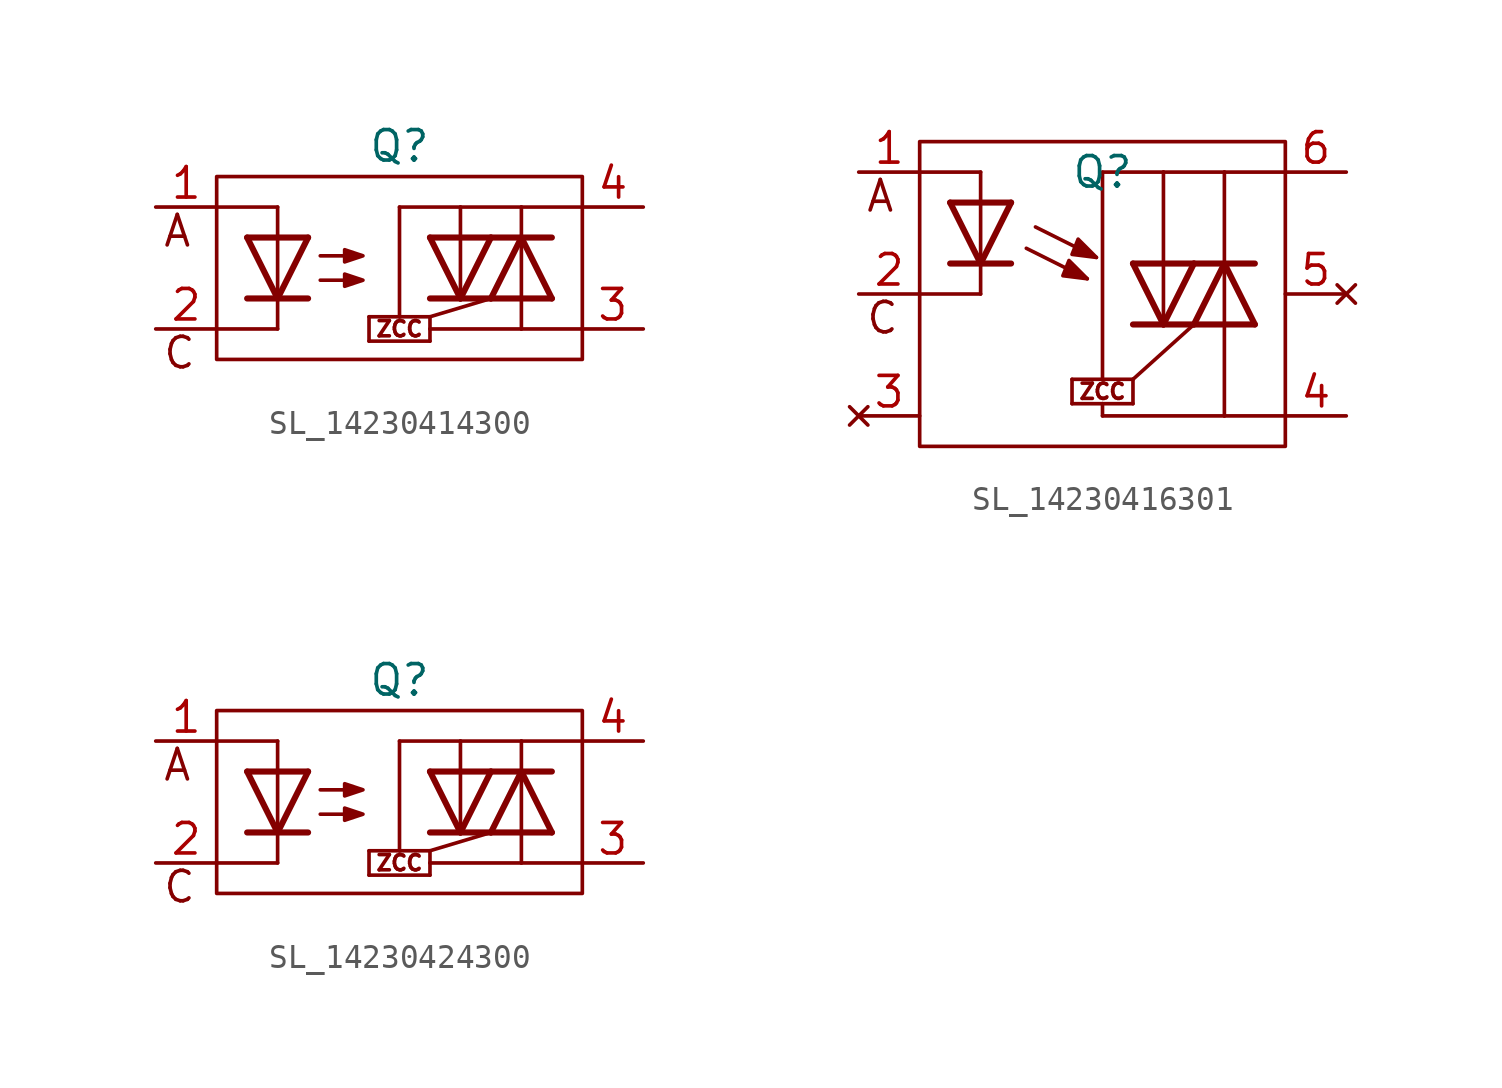
<source format=kicad_sym>
(kicad_symbol_lib
  (version 20220914)
  (generator kicad_symbol_editor)
  (symbol "SL_14230414300"
    (pin_names hide)
    (property "Reference" "Q"
      (at 0 5.08 0)
      (effects (font (size 1.27 1.27))))
    (symbol "SL_14230414300_0_0"
      (polyline (pts (xy -5.08 -2.54) (xy -7.62 -2.54)) (stroke (width 0.152) (type default)) (fill (type none)))
      (polyline (pts (xy -5.08 -1.27) (xy -6.35 -1.27)) (stroke (width 0.254) (type default)) (fill (type none)))
      (polyline (pts (xy -5.08 -1.27) (xy -6.35 1.27)) (stroke (width 0.254) (type default)) (fill (type none)))
      (polyline (pts (xy -5.08 -1.27) (xy -5.08 -2.54)) (stroke (width 0.152) (type default)) (fill (type none)))
      (polyline (pts (xy -5.08 1.27) (xy -6.35 1.27)) (stroke (width 0.254) (type default)) (fill (type none)))
      (polyline (pts (xy -5.08 1.27) (xy -5.08 -1.27)) (stroke (width 0.152) (type default)) (fill (type none)))
      (polyline (pts (xy -5.08 1.27) (xy -5.08 2.54)) (stroke (width 0.152) (type default)) (fill (type none)))
      (polyline (pts (xy -3.81 -1.27) (xy -5.08 -1.27)) (stroke (width 0.254) (type default)) (fill (type none)))
      (polyline (pts (xy -3.81 1.27) (xy -5.08 -1.27)) (stroke (width 0.254) (type default)) (fill (type none)))
      (polyline (pts (xy -3.81 1.27) (xy -5.08 1.27)) (stroke (width 0.254) (type default)) (fill (type none)))
      (polyline (pts (xy -3.302 -0.508) (xy -2.032 -0.508)) (stroke (width 0.152) (type default)) (fill (type none)))
      (polyline (pts (xy -3.302 0.508) (xy -2.032 0.508)) (stroke (width 0.152) (type default)) (fill (type none)))
      (polyline (pts (xy -1.27 -3.048) (xy -1.27 -2.032)) (stroke (width 0.152) (type default)) (fill (type none)))
      (polyline (pts (xy -1.27 -2.032) (xy 0 -2.032)) (stroke (width 0.152) (type default)) (fill (type none)))
      (polyline (pts (xy 0 -2.032) (xy 1.27 -2.032)) (stroke (width 0.152) (type default)) (fill (type none)))
      (polyline (pts (xy 0 2.54) (xy 0 -2.032)) (stroke (width 0.152) (type default)) (fill (type none)))
      (polyline (pts (xy 1.27 -3.048) (xy -1.27 -3.048)) (stroke (width 0.152) (type default)) (fill (type none)))
      (polyline (pts (xy 1.27 -2.54) (xy 1.27 -3.048)) (stroke (width 0.152) (type default)) (fill (type none)))
      (polyline (pts (xy 1.27 -2.54) (xy 5.08 -2.54)) (stroke (width 0.152) (type default)) (fill (type none)))
      (polyline (pts (xy 1.27 -2.032) (xy 1.27 -2.54)) (stroke (width 0.152) (type default)) (fill (type none)))
      (polyline (pts (xy 2.54 -1.27) (xy 1.27 -1.27)) (stroke (width 0.254) (type default)) (fill (type none)))
      (polyline (pts (xy 2.54 -1.27) (xy 1.27 1.27)) (stroke (width 0.254) (type default)) (fill (type none)))
      (polyline (pts (xy 2.54 1.27) (xy 1.27 1.27)) (stroke (width 0.254) (type default)) (fill (type none)))
      (polyline (pts (xy 2.54 1.27) (xy 2.54 -1.27)) (stroke (width 0.152) (type default)) (fill (type none)))
      (polyline (pts (xy 2.54 1.27) (xy 2.54 2.54)) (stroke (width 0.152) (type default)) (fill (type none)))
      (polyline (pts (xy 2.54 2.54) (xy 0 2.54)) (stroke (width 0.152) (type default)) (fill (type none)))
      (polyline (pts (xy 3.81 -1.27) (xy 1.27 -2.032)) (stroke (width 0.152) (type default)) (fill (type none)))
      (polyline (pts (xy 3.81 -1.27) (xy 2.54 -1.27)) (stroke (width 0.254) (type default)) (fill (type none)))
      (polyline (pts (xy 3.81 -1.27) (xy 5.08 -1.27)) (stroke (width 0.254) (type default)) (fill (type none)))
      (polyline (pts (xy 3.81 -1.27) (xy 5.08 1.27)) (stroke (width 0.254) (type default)) (fill (type none)))
      (polyline (pts (xy 3.81 1.27) (xy 2.54 -1.27)) (stroke (width 0.254) (type default)) (fill (type none)))
      (polyline (pts (xy 3.81 1.27) (xy 2.54 1.27)) (stroke (width 0.254) (type default)) (fill (type none)))
      (polyline (pts (xy 3.81 1.27) (xy 5.08 1.27)) (stroke (width 0.254) (type default)) (fill (type none)))
      (polyline (pts (xy 5.08 -1.27) (xy 5.08 -2.54)) (stroke (width 0.152) (type default)) (fill (type none)))
      (polyline (pts (xy 5.08 -1.27) (xy 5.08 1.27)) (stroke (width 0.152) (type default)) (fill (type none)))
      (polyline (pts (xy 5.08 -1.27) (xy 6.35 -1.27)) (stroke (width 0.254) (type default)) (fill (type none)))
      (polyline (pts (xy 5.08 1.27) (xy 5.08 2.54)) (stroke (width 0.152) (type default)) (fill (type none)))
      (polyline (pts (xy 5.08 1.27) (xy 6.35 -1.27)) (stroke (width 0.254) (type default)) (fill (type none)))
      (polyline (pts (xy 5.08 1.27) (xy 6.35 1.27)) (stroke (width 0.254) (type default)) (fill (type none)))
      (polyline (pts (xy 5.08 2.54) (xy 2.54 2.54)) (stroke (width 0.152) (type default)) (fill (type none)))
      (polyline (pts (xy 7.62 -2.54) (xy 5.08 -2.54)) (stroke (width 0.152) (type default)) (fill (type none)))
      (polyline (pts (xy 7.62 2.54) (xy 5.08 2.54)) (stroke (width 0.152) (type default)) (fill (type none)))
      (polyline (pts (xy -2.286 -0.254) (xy -1.524 -0.508) (xy -2.286 -0.762) (xy -2.286 -0.254)) (stroke (width 0.152) (type default)) (fill (type outline)))
      (polyline (pts (xy -2.286 0.762) (xy -1.524 0.508) (xy -2.286 0.254) (xy -2.286 0.762)) (stroke (width 0.152) (type default)) (fill (type outline)))
      (text "A" (at -9.906 2.286 0) (effects (font (size 1.27 1.27)) (justify left top)))
      (text "C" (at -9.906 -2.794 0) (effects (font (size 1.27 1.27)) (justify left top))))
    (symbol "SL_14230414300_0_1"
      (rectangle (start -7.62 3.81) (end 7.62 -3.81) (stroke (width 0) (type default)) (fill (type none))))
    (symbol "SL_14230414300_1_0"
      (polyline (pts (xy -5.08 2.54) (xy -7.62 2.54)) (stroke (width 0.152) (type default)) (fill (type none)))
      (text "ZCC" (at 0 -2.54 0) (effects (font (size 0.635 0.635))))
      (pin passive line (at -10.16 2.54 0) (length 2.54) (name "Anode" (effects (font (size 1.27 1.27)))) (number "1" (effects (font (size 1.27 1.27)))))
      (pin passive line (at -10.16 -2.54 0) (length 2.54) (name "Cathode" (effects (font (size 1.27 1.27)))) (number "2" (effects (font (size 1.27 1.27)))))
      (pin passive line (at 10.16 -2.54 180) (length 2.54) (name "Teminal" (effects (font (size 1.27 1.27)))) (number "3" (effects (font (size 1.27 1.27)))))
      (pin passive line (at 10.16 2.54 180) (length 2.54) (name "Teminal" (effects (font (size 1.27 1.27)))) (number "4" (effects (font (size 1.27 1.27)))))))
  (symbol "SL_14230416301"
    (pin_names hide)
    (property "Reference" "Q"
      (at 0 5.08 0)
      (effects (font (size 1.27 1.27))))
    (symbol "SL_14230416301_0_0"
      (rectangle (start -7.62 6.35) (end 7.62 -6.35) (stroke (width 0) (type default)) (fill (type none)))
      (polyline (pts (xy -5.08 0) (xy -7.62 0)) (stroke (width 0.152) (type default)) (fill (type none)))
      (polyline (pts (xy -5.08 1.27) (xy -6.35 1.27)) (stroke (width 0.254) (type default)) (fill (type none)))
      (polyline (pts (xy -5.08 1.27) (xy -6.35 3.81)) (stroke (width 0.254) (type default)) (fill (type none)))
      (polyline (pts (xy -5.08 1.27) (xy -5.08 0)) (stroke (width 0.152) (type default)) (fill (type none)))
      (polyline (pts (xy -5.08 3.81) (xy -6.35 3.81)) (stroke (width 0.254) (type default)) (fill (type none)))
      (polyline (pts (xy -5.08 3.81) (xy -5.08 1.27)) (stroke (width 0.152) (type default)) (fill (type none)))
      (polyline (pts (xy -5.08 3.81) (xy -5.08 5.08)) (stroke (width 0.152) (type default)) (fill (type none)))
      (polyline (pts (xy -5.08 5.08) (xy -7.62 5.08)) (stroke (width 0.152) (type default)) (fill (type none)))
      (polyline (pts (xy -3.81 1.27) (xy -5.08 1.27)) (stroke (width 0.254) (type default)) (fill (type none)))
      (polyline (pts (xy -3.81 3.81) (xy -5.08 1.27)) (stroke (width 0.254) (type default)) (fill (type none)))
      (polyline (pts (xy -3.81 3.81) (xy -5.08 3.81)) (stroke (width 0.254) (type default)) (fill (type none)))
      (polyline (pts (xy -3.175 1.905) (xy -0.635 0.635)) (stroke (width 0.152) (type default)) (fill (type none)))
      (polyline (pts (xy -2.794 2.794) (xy -0.254 1.524)) (stroke (width 0.152) (type default)) (fill (type none)))
      (polyline (pts (xy -1.27 -4.572) (xy -1.27 -3.556)) (stroke (width 0.152) (type default)) (fill (type none)))
      (polyline (pts (xy -1.27 -3.556) (xy 0 -3.556)) (stroke (width 0.152) (type default)) (fill (type none)))
      (polyline (pts (xy 0 -5.08) (xy 5.08 -5.08)) (stroke (width 0.152) (type default)) (fill (type none)))
      (polyline (pts (xy 0 -4.572) (xy -1.27 -4.572)) (stroke (width 0.152) (type default)) (fill (type none)))
      (polyline (pts (xy 0 -4.572) (xy 0 -5.08)) (stroke (width 0.152) (type default)) (fill (type none)))
      (polyline (pts (xy 0 -3.556) (xy 1.27 -3.556)) (stroke (width 0.152) (type default)) (fill (type none)))
      (polyline (pts (xy 0 5.08) (xy 0 -3.556)) (stroke (width 0.152) (type default)) (fill (type none)))
      (polyline (pts (xy 1.27 -4.572) (xy 0 -4.572)) (stroke (width 0.152) (type default)) (fill (type none)))
      (polyline (pts (xy 1.27 -3.556) (xy 1.27 -4.572)) (stroke (width 0.152) (type default)) (fill (type none)))
      (polyline (pts (xy 1.27 -3.556) (xy 3.81 -1.27)) (stroke (width 0.152) (type default)) (fill (type none)))
      (polyline (pts (xy 2.54 -1.27) (xy 1.27 -1.27)) (stroke (width 0.254) (type default)) (fill (type none)))
      (polyline (pts (xy 2.54 -1.27) (xy 1.27 1.27)) (stroke (width 0.254) (type default)) (fill (type none)))
      (polyline (pts (xy 2.54 1.27) (xy 1.27 1.27)) (stroke (width 0.254) (type default)) (fill (type none)))
      (polyline (pts (xy 2.54 1.27) (xy 2.54 -1.27)) (stroke (width 0.152) (type default)) (fill (type none)))
      (polyline (pts (xy 2.54 1.27) (xy 2.54 5.08)) (stroke (width 0.152) (type default)) (fill (type none)))
      (polyline (pts (xy 2.54 5.08) (xy 0 5.08)) (stroke (width 0.152) (type default)) (fill (type none)))
      (polyline (pts (xy 3.81 -1.27) (xy 2.54 -1.27)) (stroke (width 0.254) (type default)) (fill (type none)))
      (polyline (pts (xy 3.81 -1.27) (xy 5.08 -1.27)) (stroke (width 0.254) (type default)) (fill (type none)))
      (polyline (pts (xy 3.81 -1.27) (xy 5.08 1.27)) (stroke (width 0.254) (type default)) (fill (type none)))
      (polyline (pts (xy 3.81 1.27) (xy 2.54 -1.27)) (stroke (width 0.254) (type default)) (fill (type none)))
      (polyline (pts (xy 3.81 1.27) (xy 2.54 1.27)) (stroke (width 0.254) (type default)) (fill (type none)))
      (polyline (pts (xy 3.81 1.27) (xy 5.08 1.27)) (stroke (width 0.254) (type default)) (fill (type none)))
      (polyline (pts (xy 5.08 -1.27) (xy 5.08 -5.08)) (stroke (width 0.152) (type default)) (fill (type none)))
      (polyline (pts (xy 5.08 -1.27) (xy 5.08 1.27)) (stroke (width 0.152) (type default)) (fill (type none)))
      (polyline (pts (xy 5.08 -1.27) (xy 6.35 -1.27)) (stroke (width 0.254) (type default)) (fill (type none)))
      (polyline (pts (xy 5.08 1.27) (xy 5.08 5.08)) (stroke (width 0.152) (type default)) (fill (type none)))
      (polyline (pts (xy 5.08 1.27) (xy 6.35 -1.27)) (stroke (width 0.254) (type default)) (fill (type none)))
      (polyline (pts (xy 5.08 1.27) (xy 6.35 1.27)) (stroke (width 0.254) (type default)) (fill (type none)))
      (polyline (pts (xy 5.08 5.08) (xy 2.54 5.08)) (stroke (width 0.152) (type default)) (fill (type none)))
      (polyline (pts (xy 7.62 -5.08) (xy 5.08 -5.08)) (stroke (width 0.152) (type default)) (fill (type none)))
      (polyline (pts (xy 7.62 5.08) (xy 5.08 5.08)) (stroke (width 0.152) (type default)) (fill (type none)))
      (polyline (pts (xy -1.397 1.397) (xy -0.635 0.635) (xy -1.651 0.762) (xy -1.397 1.397)) (stroke (width 0.152) (type default)) (fill (type outline)))
      (polyline (pts (xy -1.016 2.286) (xy -0.254 1.524) (xy -1.27 1.651) (xy -1.016 2.286)) (stroke (width 0.152) (type default)) (fill (type outline)))
      (text "A" (at -9.906 4.826 0) (effects (font (size 1.27 1.27)) (justify left top)))
      (text "C" (at -9.906 -0.254 0) (effects (font (size 1.27 1.27)) (justify left top))))
    (symbol "SL_14230416301_1_0"
      (text "ZCC" (at 0 -4.064 0) (effects (font (size 0.635 0.635))))
      (pin passive line (at -10.16 5.08 0) (length 2.54) (name "Anode" (effects (font (size 1.27 1.27)))) (number "1" (effects (font (size 1.27 1.27)))))
      (pin passive line (at -10.16 0 0) (length 2.54) (name "Cathode" (effects (font (size 1.27 1.27)))) (number "2" (effects (font (size 1.27 1.27)))))
      (pin no_connect line (at -10.16 -5.08 0) (length 2.54) (name "NC" (effects (font (size 1.27 1.27)))) (number "3" (effects (font (size 1.27 1.27)))))
      (pin passive line (at 10.16 -5.08 180) (length 2.54) (name "Teminal" (effects (font (size 1.27 1.27)))) (number "4" (effects (font (size 1.27 1.27)))))
      (pin no_connect line (at 10.16 0 180) (length 2.54) (name "NC" (effects (font (size 1.27 1.27)))) (number "5" (effects (font (size 1.27 1.27)))))
      (pin passive line (at 10.16 5.08 180) (length 2.54) (name "Teminal" (effects (font (size 1.27 1.27)))) (number "6" (effects (font (size 1.27 1.27)))))))
  (symbol "SL_14230424300"
    (pin_names hide)
    (property "Reference" "Q"
      (at 0 5.08 0)
      (effects (font (size 1.27 1.27))))
    (symbol "SL_14230424300_0_0"
      (polyline (pts (xy -5.08 -2.54) (xy -7.62 -2.54)) (stroke (width 0.152) (type default)) (fill (type none)))
      (polyline (pts (xy -5.08 -1.27) (xy -6.35 -1.27)) (stroke (width 0.254) (type default)) (fill (type none)))
      (polyline (pts (xy -5.08 -1.27) (xy -6.35 1.27)) (stroke (width 0.254) (type default)) (fill (type none)))
      (polyline (pts (xy -5.08 -1.27) (xy -5.08 -2.54)) (stroke (width 0.152) (type default)) (fill (type none)))
      (polyline (pts (xy -5.08 1.27) (xy -6.35 1.27)) (stroke (width 0.254) (type default)) (fill (type none)))
      (polyline (pts (xy -5.08 1.27) (xy -5.08 -1.27)) (stroke (width 0.152) (type default)) (fill (type none)))
      (polyline (pts (xy -5.08 1.27) (xy -5.08 2.54)) (stroke (width 0.152) (type default)) (fill (type none)))
      (polyline (pts (xy -3.81 -1.27) (xy -5.08 -1.27)) (stroke (width 0.254) (type default)) (fill (type none)))
      (polyline (pts (xy -3.81 1.27) (xy -5.08 -1.27)) (stroke (width 0.254) (type default)) (fill (type none)))
      (polyline (pts (xy -3.81 1.27) (xy -5.08 1.27)) (stroke (width 0.254) (type default)) (fill (type none)))
      (polyline (pts (xy -3.302 -0.508) (xy -2.032 -0.508)) (stroke (width 0.152) (type default)) (fill (type none)))
      (polyline (pts (xy -3.302 0.508) (xy -2.032 0.508)) (stroke (width 0.152) (type default)) (fill (type none)))
      (polyline (pts (xy -1.27 -3.048) (xy -1.27 -2.032)) (stroke (width 0.152) (type default)) (fill (type none)))
      (polyline (pts (xy -1.27 -2.032) (xy 0 -2.032)) (stroke (width 0.152) (type default)) (fill (type none)))
      (polyline (pts (xy 0 -2.032) (xy 1.27 -2.032)) (stroke (width 0.152) (type default)) (fill (type none)))
      (polyline (pts (xy 0 2.54) (xy 0 -2.032)) (stroke (width 0.152) (type default)) (fill (type none)))
      (polyline (pts (xy 1.27 -3.048) (xy -1.27 -3.048)) (stroke (width 0.152) (type default)) (fill (type none)))
      (polyline (pts (xy 1.27 -2.54) (xy 1.27 -3.048)) (stroke (width 0.152) (type default)) (fill (type none)))
      (polyline (pts (xy 1.27 -2.54) (xy 5.08 -2.54)) (stroke (width 0.152) (type default)) (fill (type none)))
      (polyline (pts (xy 1.27 -2.032) (xy 1.27 -2.54)) (stroke (width 0.152) (type default)) (fill (type none)))
      (polyline (pts (xy 2.54 -1.27) (xy 1.27 -1.27)) (stroke (width 0.254) (type default)) (fill (type none)))
      (polyline (pts (xy 2.54 -1.27) (xy 1.27 1.27)) (stroke (width 0.254) (type default)) (fill (type none)))
      (polyline (pts (xy 2.54 1.27) (xy 1.27 1.27)) (stroke (width 0.254) (type default)) (fill (type none)))
      (polyline (pts (xy 2.54 1.27) (xy 2.54 -1.27)) (stroke (width 0.152) (type default)) (fill (type none)))
      (polyline (pts (xy 2.54 1.27) (xy 2.54 2.54)) (stroke (width 0.152) (type default)) (fill (type none)))
      (polyline (pts (xy 2.54 2.54) (xy 0 2.54)) (stroke (width 0.152) (type default)) (fill (type none)))
      (polyline (pts (xy 3.81 -1.27) (xy 1.27 -2.032)) (stroke (width 0.152) (type default)) (fill (type none)))
      (polyline (pts (xy 3.81 -1.27) (xy 2.54 -1.27)) (stroke (width 0.254) (type default)) (fill (type none)))
      (polyline (pts (xy 3.81 -1.27) (xy 5.08 -1.27)) (stroke (width 0.254) (type default)) (fill (type none)))
      (polyline (pts (xy 3.81 -1.27) (xy 5.08 1.27)) (stroke (width 0.254) (type default)) (fill (type none)))
      (polyline (pts (xy 3.81 1.27) (xy 2.54 -1.27)) (stroke (width 0.254) (type default)) (fill (type none)))
      (polyline (pts (xy 3.81 1.27) (xy 2.54 1.27)) (stroke (width 0.254) (type default)) (fill (type none)))
      (polyline (pts (xy 3.81 1.27) (xy 5.08 1.27)) (stroke (width 0.254) (type default)) (fill (type none)))
      (polyline (pts (xy 5.08 -1.27) (xy 5.08 -2.54)) (stroke (width 0.152) (type default)) (fill (type none)))
      (polyline (pts (xy 5.08 -1.27) (xy 5.08 1.27)) (stroke (width 0.152) (type default)) (fill (type none)))
      (polyline (pts (xy 5.08 -1.27) (xy 6.35 -1.27)) (stroke (width 0.254) (type default)) (fill (type none)))
      (polyline (pts (xy 5.08 1.27) (xy 5.08 2.54)) (stroke (width 0.152) (type default)) (fill (type none)))
      (polyline (pts (xy 5.08 1.27) (xy 6.35 -1.27)) (stroke (width 0.254) (type default)) (fill (type none)))
      (polyline (pts (xy 5.08 1.27) (xy 6.35 1.27)) (stroke (width 0.254) (type default)) (fill (type none)))
      (polyline (pts (xy 5.08 2.54) (xy 2.54 2.54)) (stroke (width 0.152) (type default)) (fill (type none)))
      (polyline (pts (xy 7.62 -2.54) (xy 5.08 -2.54)) (stroke (width 0.152) (type default)) (fill (type none)))
      (polyline (pts (xy 7.62 2.54) (xy 5.08 2.54)) (stroke (width 0.152) (type default)) (fill (type none)))
      (polyline (pts (xy -2.286 -0.254) (xy -1.524 -0.508) (xy -2.286 -0.762) (xy -2.286 -0.254)) (stroke (width 0.152) (type default)) (fill (type outline)))
      (polyline (pts (xy -2.286 0.762) (xy -1.524 0.508) (xy -2.286 0.254) (xy -2.286 0.762)) (stroke (width 0.152) (type default)) (fill (type outline)))
      (text "A" (at -9.906 2.286 0) (effects (font (size 1.27 1.27)) (justify left top)))
      (text "C" (at -9.906 -2.794 0) (effects (font (size 1.27 1.27)) (justify left top))))
    (symbol "SL_14230424300_0_1"
      (rectangle (start -7.62 3.81) (end 7.62 -3.81) (stroke (width 0) (type default)) (fill (type none))))
    (symbol "SL_14230424300_1_0"
      (polyline (pts (xy -5.08 2.54) (xy -7.62 2.54)) (stroke (width 0.152) (type default)) (fill (type none)))
      (text "ZCC" (at 0 -2.54 0) (effects (font (size 0.635 0.635))))
      (pin passive line (at -10.16 2.54 0) (length 2.54) (name "Anode" (effects (font (size 1.27 1.27)))) (number "1" (effects (font (size 1.27 1.27)))))
      (pin passive line (at -10.16 -2.54 0) (length 2.54) (name "Cathode" (effects (font (size 1.27 1.27)))) (number "2" (effects (font (size 1.27 1.27)))))
      (pin passive line (at 10.16 -2.54 180) (length 2.54) (name "Teminal" (effects (font (size 1.27 1.27)))) (number "3" (effects (font (size 1.27 1.27)))))
      (pin passive line (at 10.16 2.54 180) (length 2.54) (name "Teminal" (effects (font (size 1.27 1.27)))) (number "4" (effects (font (size 1.27 1.27))))))))
</source>
